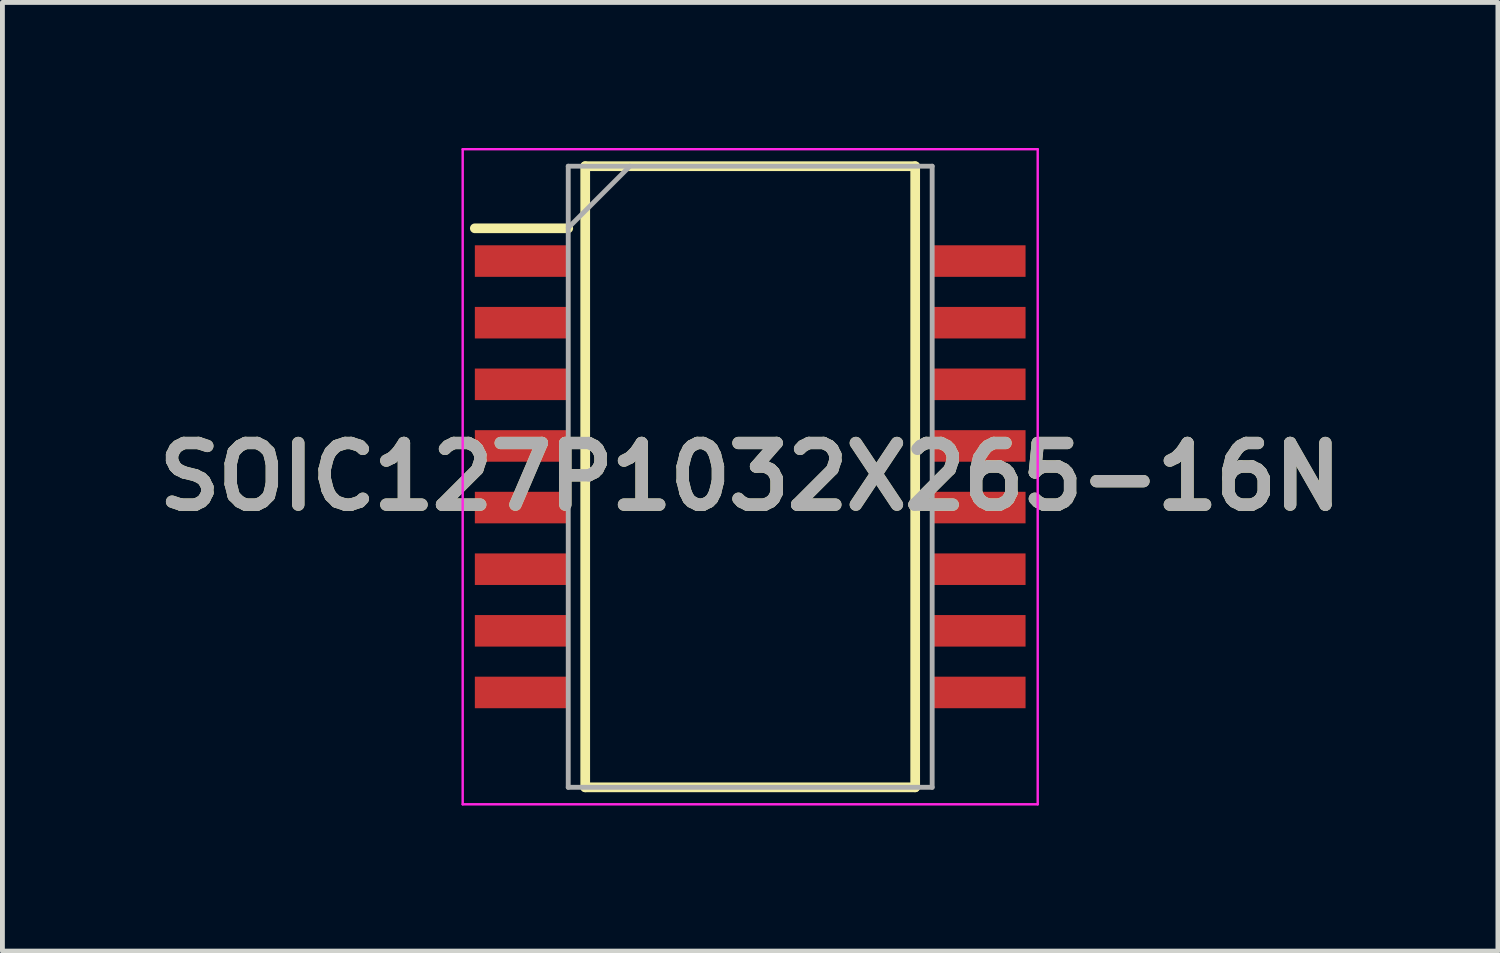
<source format=kicad_pcb>
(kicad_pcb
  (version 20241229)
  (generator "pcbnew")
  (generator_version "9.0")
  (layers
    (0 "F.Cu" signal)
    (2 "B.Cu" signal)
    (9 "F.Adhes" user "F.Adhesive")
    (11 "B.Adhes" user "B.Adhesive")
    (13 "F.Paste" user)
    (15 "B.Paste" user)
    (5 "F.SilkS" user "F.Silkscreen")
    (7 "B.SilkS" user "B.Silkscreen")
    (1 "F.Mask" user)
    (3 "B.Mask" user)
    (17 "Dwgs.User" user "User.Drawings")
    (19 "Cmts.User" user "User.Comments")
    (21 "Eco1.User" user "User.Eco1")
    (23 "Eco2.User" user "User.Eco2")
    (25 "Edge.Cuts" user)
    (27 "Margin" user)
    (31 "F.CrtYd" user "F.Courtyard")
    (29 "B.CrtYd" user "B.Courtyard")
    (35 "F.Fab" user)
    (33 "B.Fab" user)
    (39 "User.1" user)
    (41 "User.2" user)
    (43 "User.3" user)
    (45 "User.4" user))
  (footprint "SOIC127P1032X265-16N"
    (layer "F.Cu")
    (at 12.41 6.775)
    (property "Reference" "SOIC127P1032X265-16N" (at 0 0 0) (layer "F.SilkS") (effects (font (size 1.27 1.27) (thickness 0.254))))
    (attr smd)
    (fp_line (start -5.675 -5.12) (end -3.75 -5.12) (stroke (width 0.2) (type solid)) (layer "F.SilkS"))
    (fp_line (start -3.4 -6.4) (end 3.4 -6.4) (stroke (width 0.2) (type solid)) (layer "F.SilkS"))
    (fp_line (start -3.4 6.4) (end -3.4 -6.4) (stroke (width 0.2) (type solid)) (layer "F.SilkS"))
    (fp_line (start 3.4 -6.4) (end 3.4 6.4) (stroke (width 0.2) (type solid)) (layer "F.SilkS"))
    (fp_line (start 3.4 6.4) (end -3.4 6.4) (stroke (width 0.2) (type solid)) (layer "F.SilkS"))
    (fp_line (start -5.925 -6.75) (end 5.925 -6.75) (stroke (width 0.05) (type solid)) (layer "F.CrtYd"))
    (fp_line (start -5.925 6.75) (end -5.925 -6.75) (stroke (width 0.05) (type solid)) (layer "F.CrtYd"))
    (fp_line (start 5.925 -6.75) (end 5.925 6.75) (stroke (width 0.05) (type solid)) (layer "F.CrtYd"))
    (fp_line (start 5.925 6.75) (end -5.925 6.75) (stroke (width 0.05) (type solid)) (layer "F.CrtYd"))
    (fp_line (start -3.75 -6.4) (end 3.75 -6.4) (stroke (width 0.1) (type solid)) (layer "F.Fab"))
    (fp_line (start -3.75 -5.13) (end -2.48 -6.4) (stroke (width 0.1) (type solid)) (layer "F.Fab"))
    (fp_line (start -3.75 6.4) (end -3.75 -6.4) (stroke (width 0.1) (type solid)) (layer "F.Fab"))
    (fp_line (start 3.75 -6.4) (end 3.75 6.4) (stroke (width 0.1) (type solid)) (layer "F.Fab"))
    (fp_line (start 3.75 6.4) (end -3.75 6.4) (stroke (width 0.1) (type solid)) (layer "F.Fab"))
    (fp_text user "${REFERENCE}" (at 0 0 0) (layer "F.Fab") (effects (font (size 1.27 1.27) (thickness 0.254))))
    (pad "1" smd rect (at -4.712 -4.445 90) (size 0.65 1.925) (layers "F.Cu" "F.Mask" "F.Paste"))
    (pad "2" smd rect (at -4.712 -3.175 90) (size 0.65 1.925) (layers "F.Cu" "F.Mask" "F.Paste"))
    (pad "3" smd rect (at -4.712 -1.905 90) (size 0.65 1.925) (layers "F.Cu" "F.Mask" "F.Paste"))
    (pad "4" smd rect (at -4.712 -0.635 90) (size 0.65 1.925) (layers "F.Cu" "F.Mask" "F.Paste"))
    (pad "5" smd rect (at -4.712 0.635 90) (size 0.65 1.925) (layers "F.Cu" "F.Mask" "F.Paste"))
    (pad "6" smd rect (at -4.712 1.905 90) (size 0.65 1.925) (layers "F.Cu" "F.Mask" "F.Paste"))
    (pad "7" smd rect (at -4.712 3.175 90) (size 0.65 1.925) (layers "F.Cu" "F.Mask" "F.Paste"))
    (pad "8" smd rect (at -4.712 4.445 90) (size 0.65 1.925) (layers "F.Cu" "F.Mask" "F.Paste"))
    (pad "9" smd rect (at 4.712 4.445 90) (size 0.65 1.925) (layers "F.Cu" "F.Mask" "F.Paste"))
    (pad "10" smd rect (at 4.712 3.175 90) (size 0.65 1.925) (layers "F.Cu" "F.Mask" "F.Paste"))
    (pad "11" smd rect (at 4.712 1.905 90) (size 0.65 1.925) (layers "F.Cu" "F.Mask" "F.Paste"))
    (pad "12" smd rect (at 4.712 0.635 90) (size 0.65 1.925) (layers "F.Cu" "F.Mask" "F.Paste"))
    (pad "13" smd rect (at 4.712 -0.635 90) (size 0.65 1.925) (layers "F.Cu" "F.Mask" "F.Paste"))
    (pad "14" smd rect (at 4.712 -1.905 90) (size 0.65 1.925) (layers "F.Cu" "F.Mask" "F.Paste"))
    (pad "15" smd rect (at 4.712 -3.175 90) (size 0.65 1.925) (layers "F.Cu" "F.Mask" "F.Paste"))
    (pad "16" smd rect (at 4.712 -4.445 90) (size 0.65 1.925) (layers "F.Cu" "F.Mask" "F.Paste")))
  (gr_rect
    (start -3 -3)
    (end 27.819 16.55)
    (stroke (width 0.1) (type default))
    (fill no)
    (layer "Edge.Cuts")))
</source>
